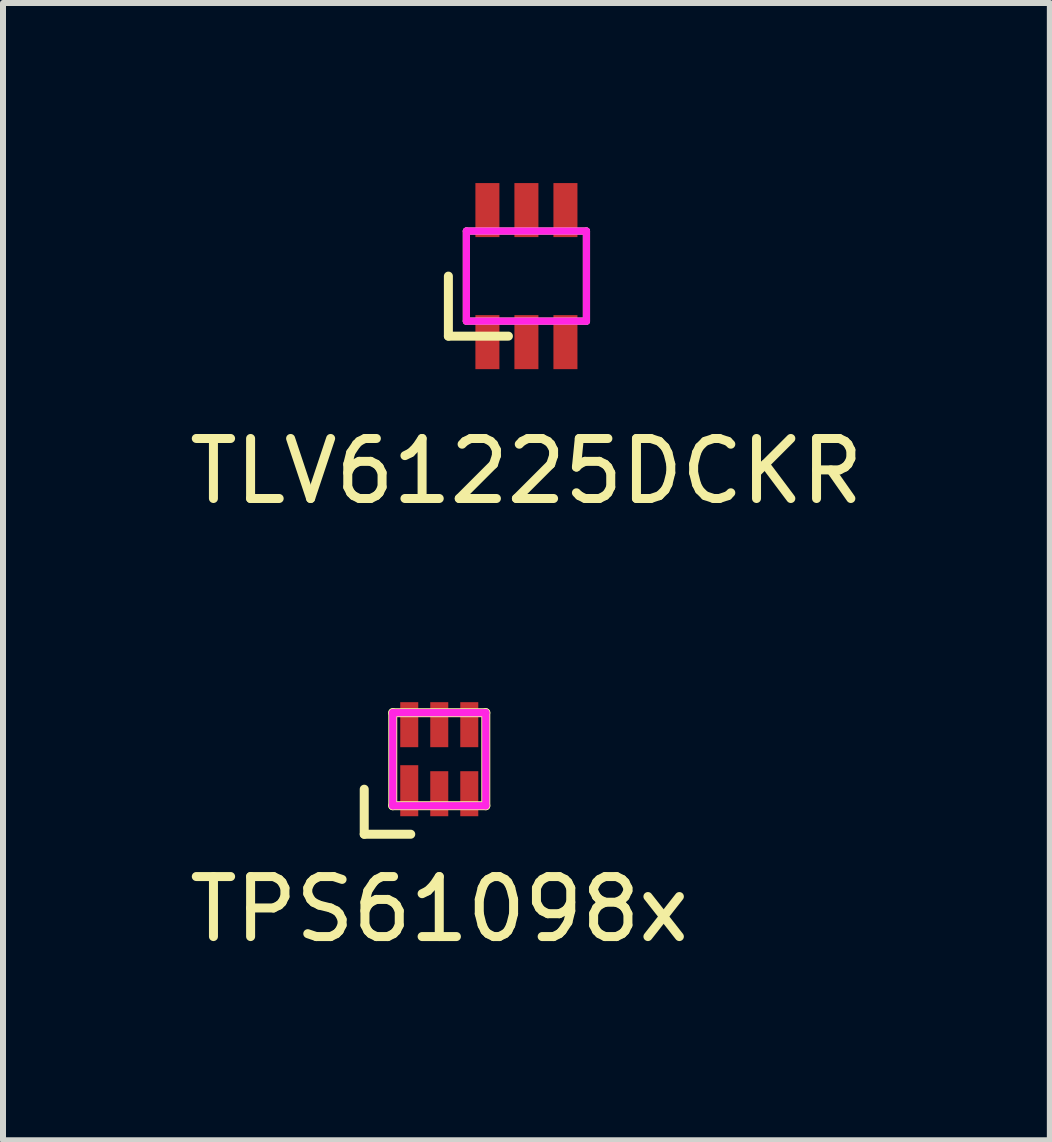
<source format=kicad_pcb>
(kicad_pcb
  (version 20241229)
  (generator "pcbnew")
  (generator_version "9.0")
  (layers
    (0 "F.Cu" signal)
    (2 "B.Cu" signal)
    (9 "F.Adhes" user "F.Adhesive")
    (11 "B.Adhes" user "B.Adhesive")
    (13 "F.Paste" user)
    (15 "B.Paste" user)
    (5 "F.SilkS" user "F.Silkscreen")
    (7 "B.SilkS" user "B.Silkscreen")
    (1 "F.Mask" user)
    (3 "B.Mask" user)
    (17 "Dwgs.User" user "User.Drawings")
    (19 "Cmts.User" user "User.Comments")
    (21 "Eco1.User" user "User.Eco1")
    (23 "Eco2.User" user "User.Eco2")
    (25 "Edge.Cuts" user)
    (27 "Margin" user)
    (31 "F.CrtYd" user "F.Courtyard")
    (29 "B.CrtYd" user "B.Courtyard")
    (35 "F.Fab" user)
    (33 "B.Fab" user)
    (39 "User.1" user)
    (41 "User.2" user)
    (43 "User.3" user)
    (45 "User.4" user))
  (footprint "TLV61225DCKR"
    (layer "F.Cu")
    (at 5.72 1.55)
    (property "Reference" "TLV61225DCKR" (at 0 3.25 0) (layer "F.SilkS") (effects (font (size 1 1) (thickness 0.15))))
    (attr through_hole)
    (fp_line (start -1.3 1) (end -1.3 0) (stroke (width 0.15) (type solid)) (layer "F.SilkS"))
    (fp_line (start -1.3 1) (end -0.3 1) (stroke (width 0.15) (type solid)) (layer "F.SilkS"))
    (fp_line (start -1 -0.75) (end 1 -0.75) (stroke (width 0.12) (type solid)) (layer "F.SilkS"))
    (fp_line (start -1 0.75) (end -1 -0.75) (stroke (width 0.12) (type solid)) (layer "F.SilkS"))
    (fp_line (start 1 -0.75) (end 1 0.75) (stroke (width 0.12) (type solid)) (layer "F.SilkS"))
    (fp_line (start 1 0.75) (end -1 0.75) (stroke (width 0.12) (type solid)) (layer "F.SilkS"))
    (fp_line (start -1 -0.75) (end 1 -0.75) (stroke (width 0.12) (type solid)) (layer "F.CrtYd"))
    (fp_line (start -1 0.75) (end -1 -0.75) (stroke (width 0.12) (type solid)) (layer "F.CrtYd"))
    (fp_line (start 1 -0.75) (end 1 0.75) (stroke (width 0.12) (type solid)) (layer "F.CrtYd"))
    (fp_line (start 1 0.75) (end -1 0.75) (stroke (width 0.12) (type solid)) (layer "F.CrtYd"))
    (pad "1" smd rect (at -0.65 1.1) (size 0.4 0.9) (layers "F.Cu" "F.Mask" "F.Paste"))
    (pad "2" smd rect (at 0 1.1) (size 0.4 0.9) (layers "F.Cu" "F.Mask" "F.Paste"))
    (pad "3" smd rect (at 0.65 1.1) (size 0.4 0.9) (layers "F.Cu" "F.Mask" "F.Paste"))
    (pad "4" smd rect (at 0.65 -1.1) (size 0.4 0.9) (layers "F.Cu" "F.Mask" "F.Paste"))
    (pad "5" smd rect (at 0 -1.1) (size 0.4 0.9) (layers "F.Cu" "F.Mask" "F.Paste"))
    (pad "6" smd rect (at -0.65 -1.1) (size 0.4 0.9) (layers "F.Cu" "F.Mask" "F.Paste")))
  (footprint "TPS61098x"
    (layer "F.Cu")
    (at 4.268 9.598)
    (property "Reference" "TPS61098x" (at 0 2.5 0) (layer "F.SilkS") (effects (font (size 1 1) (thickness 0.15))))
    (attr smd)
    (fp_line (start -1.25 0.5) (end -1.25 1.25) (stroke (width 0.15) (type solid)) (layer "F.SilkS"))
    (fp_line (start -1.25 1.25) (end -0.475 1.25) (stroke (width 0.15) (type solid)) (layer "F.SilkS"))
    (fp_line (start -0.775 -0.775) (end 0.775 -0.775) (stroke (width 0.15) (type solid)) (layer "F.SilkS"))
    (fp_line (start -0.775 0.775) (end -0.775 -0.775) (stroke (width 0.15) (type solid)) (layer "F.SilkS"))
    (fp_line (start 0.775 -0.775) (end 0.775 0.775) (stroke (width 0.15) (type solid)) (layer "F.SilkS"))
    (fp_line (start 0.775 0.775) (end -0.775 0.775) (stroke (width 0.15) (type solid)) (layer "F.SilkS"))
    (fp_line (start -0.775 -0.775) (end 0.775 -0.775) (stroke (width 0.12) (type solid)) (layer "F.CrtYd"))
    (fp_line (start -0.775 0.775) (end -0.775 -0.775) (stroke (width 0.12) (type solid)) (layer "F.CrtYd"))
    (fp_line (start 0.775 -0.775) (end 0.775 0.775) (stroke (width 0.12) (type solid)) (layer "F.CrtYd"))
    (fp_line (start 0.775 0.775) (end -0.775 0.775) (stroke (width 0.12) (type solid)) (layer "F.CrtYd"))
    (pad "1" smd rect (at -0.5 0.525) (size 0.3 0.85) (layers "F.Cu" "F.Mask" "F.Paste"))
    (pad "2" smd rect (at 0 0.575) (size 0.3 0.75) (layers "F.Cu" "F.Mask" "F.Paste"))
    (pad "3" smd rect (at 0.5 0.575) (size 0.3 0.75) (layers "F.Cu" "F.Mask" "F.Paste"))
    (pad "4" smd rect (at 0.5 -0.575) (size 0.3 0.75) (layers "F.Cu" "F.Mask" "F.Paste"))
    (pad "5" smd rect (at 0 -0.575) (size 0.3 0.75) (layers "F.Cu" "F.Mask" "F.Paste"))
    (pad "6" smd rect (at -0.5 -0.575) (size 0.3 0.75) (layers "F.Cu" "F.Mask" "F.Paste")))
  (gr_rect
    (start -3 -3)
    (end 14.44 15.947)
    (stroke (width 0.1) (type default))
    (fill no)
    (layer "Edge.Cuts")))
</source>
